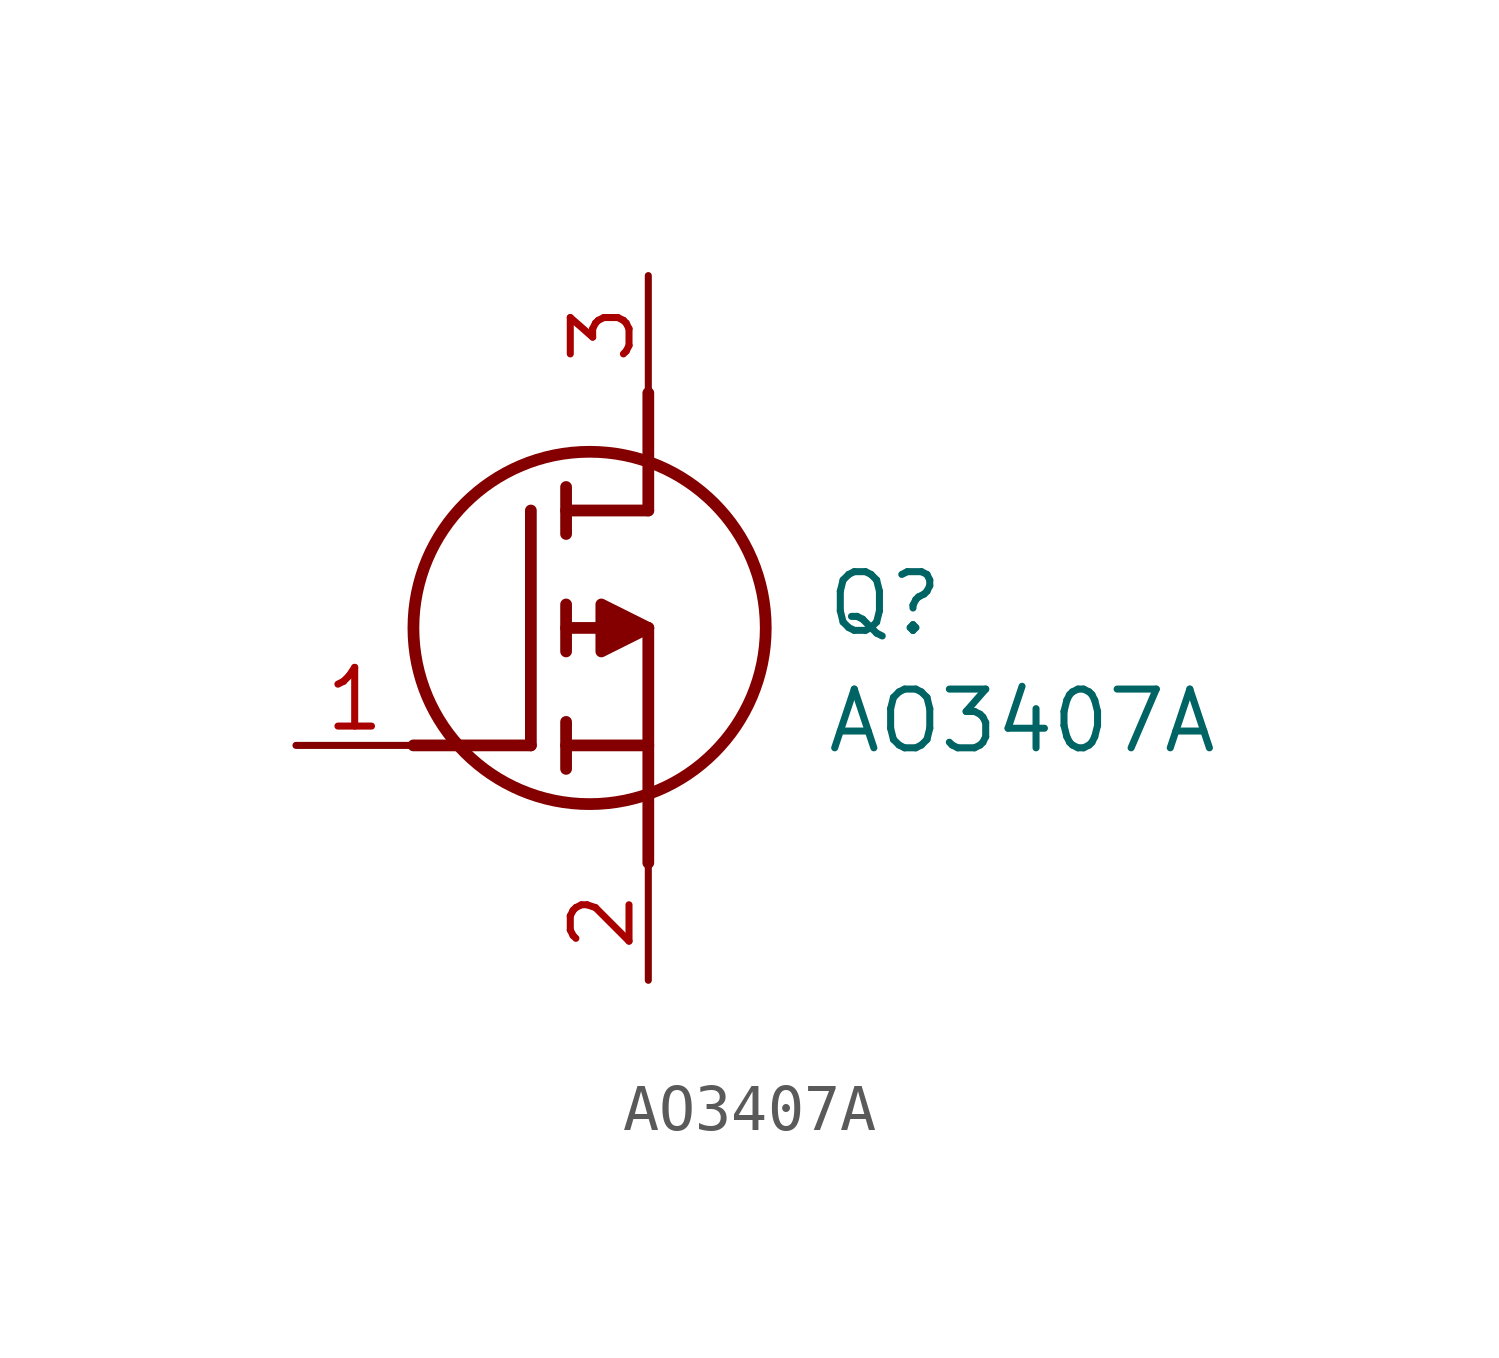
<source format=kicad_sym>
(kicad_symbol_lib
  (version 20211014)
  (generator SamacSys_ECAD_Model)
  (symbol "AO3407A"
    (pin_names hide)
    (property "Reference" "Q"
      (at 11.43 3.81 0)
      (effects (font (size 1.27 1.27)) (justify left top)))
    (property "Value" "AO3407A"
      (at 11.43 1.27 0)
      (effects (font (size 1.27 1.27)) (justify left top)))
    (polyline
      (pts (xy 7.62 2.54) (xy 7.62 -2.54))
      (stroke (width 0.254) (type default))
      (fill (type none)))
    (polyline
      (pts (xy 7.62 5.08) (xy 7.62 7.62))
      (stroke (width 0.254) (type default))
      (fill (type none)))
    (polyline
      (pts (xy 2.54 0) (xy 5.08 0))
      (stroke (width 0.254) (type default))
      (fill (type none)))
    (polyline
      (pts (xy 5.08 5.08) (xy 5.08 0))
      (stroke (width 0.254) (type default))
      (fill (type none)))
    (polyline
      (pts (xy 7.62 2.54) (xy 5.842 2.54))
      (stroke (width 0.254) (type default))
      (fill (type none)))
    (polyline
      (pts (xy 7.62 5.08) (xy 5.842 5.08))
      (stroke (width 0.254) (type default))
      (fill (type none)))
    (polyline
      (pts (xy 5.842 0) (xy 7.62 0))
      (stroke (width 0.254) (type default))
      (fill (type none)))
    (polyline
      (pts (xy 5.842 5.588) (xy 5.842 4.572))
      (stroke (width 0.254) (type default))
      (fill (type none)))
    (polyline
      (pts (xy 5.842 -0.508) (xy 5.842 0.508))
      (stroke (width 0.254) (type default))
      (fill (type none)))
    (polyline
      (pts (xy 5.842 2.032) (xy 5.842 3.048))
      (stroke (width 0.254) (type default))
      (fill (type none)))
    (circle
      (center 6.35 2.54)
      (radius 3.81)
      (stroke (width 0.254) (type default))
      (fill (type none)))
    (polyline
      (pts (xy 7.62 2.54) (xy 6.604 3.048) (xy 6.604 2.032) (xy 7.62 2.54))
      (stroke (width 0.254) (type default))
      (fill (type outline)))
    (pin passive line
      (at 0 0 0)
      (length 2.54)
      (name "G" (effects (font (size 1.27 1.27))))
      (number "1" (effects (font (size 1.27 1.27)))))
    (pin passive line
      (at 7.62 10.16 270)
      (length 2.54)
      (name "D" (effects (font (size 1.27 1.27))))
      (number "3" (effects (font (size 1.27 1.27)))))
    (pin passive line
      (at 7.62 -5.08 90)
      (length 2.54)
      (name "S" (effects (font (size 1.27 1.27))))
      (number "2" (effects (font (size 1.27 1.27)))))))
</source>
